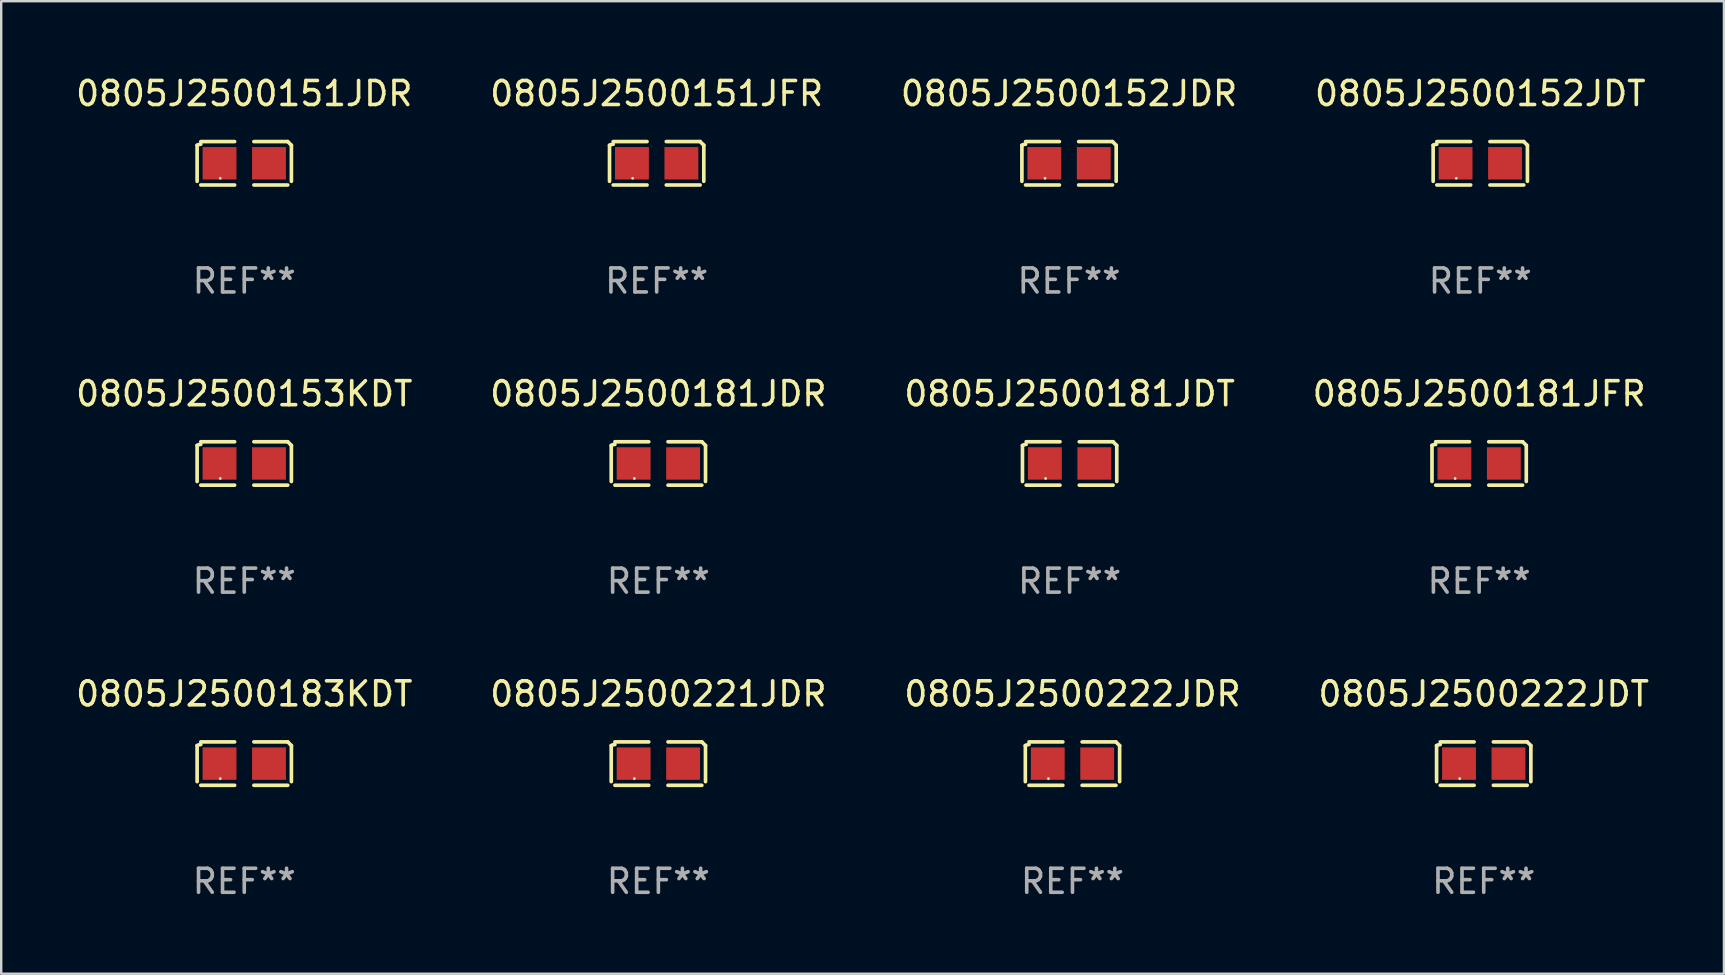
<source format=kicad_pcb>
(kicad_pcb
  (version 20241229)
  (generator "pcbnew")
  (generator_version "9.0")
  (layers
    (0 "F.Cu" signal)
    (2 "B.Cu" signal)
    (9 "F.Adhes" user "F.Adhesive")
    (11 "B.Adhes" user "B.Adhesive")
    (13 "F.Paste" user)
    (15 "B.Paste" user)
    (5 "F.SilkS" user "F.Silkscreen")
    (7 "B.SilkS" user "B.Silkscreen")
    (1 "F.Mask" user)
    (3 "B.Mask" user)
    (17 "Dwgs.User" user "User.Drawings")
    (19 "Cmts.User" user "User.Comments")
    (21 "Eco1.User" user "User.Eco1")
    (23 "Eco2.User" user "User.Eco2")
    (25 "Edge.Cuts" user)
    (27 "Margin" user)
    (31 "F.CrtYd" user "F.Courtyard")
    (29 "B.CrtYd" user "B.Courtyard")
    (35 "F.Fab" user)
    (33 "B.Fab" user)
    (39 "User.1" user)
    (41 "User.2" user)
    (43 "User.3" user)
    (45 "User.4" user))
  (footprint "0805J2500151JFR"
    (layer "F.Cu")
    (at 24.304 3.752)
    (property "Reference" "0805J2500151JFR" (at 0 -2.904 0) (layer "F.SilkS") (effects (font (size 1 1) (thickness 0.15))))
    (attr through_hole)
    (fp_line (start -1.964 0.751) (end -1.964 -0.751) (stroke (width 0.152) (type solid)) (layer "F.SilkS"))
    (fp_line (start -1.811 -0.904) (end -0.401 -0.904) (stroke (width 0.152) (type solid)) (layer "F.SilkS"))
    (fp_line (start -0.401 0.904) (end -1.811 0.904) (stroke (width 0.152) (type solid)) (layer "F.SilkS"))
    (fp_line (start 0.401 0.904) (end 1.811 0.904) (stroke (width 0.152) (type solid)) (layer "F.SilkS"))
    (fp_line (start 1.811 -0.904) (end 0.401 -0.904) (stroke (width 0.152) (type solid)) (layer "F.SilkS"))
    (fp_line (start 1.964 0.751) (end 1.964 -0.751) (stroke (width 0.152) (type solid)) (layer "F.SilkS"))
    (fp_arc (start -1.963602 -0.751207) (mid -1.890354 -0.783131) (end -1.811201 -0.794044) (stroke (width 0.1524) (type solid)) (layer "F.SilkS"))
    (fp_arc (start 1.811202 -0.903607) (mid 1.887413 -0.827418) (end 1.963602 -0.751207) (stroke (width 0.1524) (type solid)) (layer "F.SilkS"))
    (fp_circle (center -1 0.625) (end -0.97 0.625) (stroke (width 0.06) (type solid)) (fill no) (layer "F.SilkS"))
    (fp_text user "REF**" (at 0 4.904 0) (layer "F.Fab") (effects (font (size 1 1) (thickness 0.15))))
    (pad "1" smd rect (at -1.03 0) (size 1.41 1.35) (layers "F.Cu" "F.Mask" "F.Paste"))
    (pad "2" smd rect (at 1.03 0) (size 1.41 1.35) (layers "F.Cu" "F.Mask" "F.Paste")))
  (footprint "0805J2500221JDR"
    (layer "F.Cu")
    (at 24.375 28.759)
    (property "Reference" "0805J2500221JDR" (at 0 -2.904 0) (layer "F.SilkS") (effects (font (size 1 1) (thickness 0.15))))
    (attr through_hole)
    (fp_line (start -1.964 0.751) (end -1.964 -0.751) (stroke (width 0.152) (type solid)) (layer "F.SilkS"))
    (fp_line (start -1.811 -0.904) (end -0.401 -0.904) (stroke (width 0.152) (type solid)) (layer "F.SilkS"))
    (fp_line (start -0.401 0.904) (end -1.811 0.904) (stroke (width 0.152) (type solid)) (layer "F.SilkS"))
    (fp_line (start 0.401 0.904) (end 1.811 0.904) (stroke (width 0.152) (type solid)) (layer "F.SilkS"))
    (fp_line (start 1.811 -0.904) (end 0.401 -0.904) (stroke (width 0.152) (type solid)) (layer "F.SilkS"))
    (fp_line (start 1.964 0.751) (end 1.964 -0.751) (stroke (width 0.152) (type solid)) (layer "F.SilkS"))
    (fp_arc (start -1.963602 -0.751207) (mid -1.890354 -0.783131) (end -1.811201 -0.794044) (stroke (width 0.1524) (type solid)) (layer "F.SilkS"))
    (fp_arc (start 1.811202 -0.903607) (mid 1.887413 -0.827418) (end 1.963602 -0.751207) (stroke (width 0.1524) (type solid)) (layer "F.SilkS"))
    (fp_circle (center -1 0.625) (end -0.97 0.625) (stroke (width 0.06) (type solid)) (fill no) (layer "F.SilkS"))
    (fp_text user "REF**" (at 0 4.904 0) (layer "F.Fab") (effects (font (size 1 1) (thickness 0.15))))
    (pad "1" smd rect (at -1.03 0) (size 1.41 1.35) (layers "F.Cu" "F.Mask" "F.Paste"))
    (pad "2" smd rect (at 1.03 0) (size 1.41 1.35) (layers "F.Cu" "F.Mask" "F.Paste")))
  (footprint "0805J2500181JFR"
    (layer "F.Cu")
    (at 58.565 16.256)
    (property "Reference" "0805J2500181JFR" (at 0 -2.904 0) (layer "F.SilkS") (effects (font (size 1 1) (thickness 0.15))))
    (attr through_hole)
    (fp_line (start -1.964 0.751) (end -1.964 -0.751) (stroke (width 0.152) (type solid)) (layer "F.SilkS"))
    (fp_line (start -1.811 -0.904) (end -0.401 -0.904) (stroke (width 0.152) (type solid)) (layer "F.SilkS"))
    (fp_line (start -0.401 0.904) (end -1.811 0.904) (stroke (width 0.152) (type solid)) (layer "F.SilkS"))
    (fp_line (start 0.401 0.904) (end 1.811 0.904) (stroke (width 0.152) (type solid)) (layer "F.SilkS"))
    (fp_line (start 1.811 -0.904) (end 0.401 -0.904) (stroke (width 0.152) (type solid)) (layer "F.SilkS"))
    (fp_line (start 1.964 0.751) (end 1.964 -0.751) (stroke (width 0.152) (type solid)) (layer "F.SilkS"))
    (fp_arc (start -1.963602 -0.751207) (mid -1.890354 -0.783131) (end -1.811201 -0.794044) (stroke (width 0.1524) (type solid)) (layer "F.SilkS"))
    (fp_arc (start 1.811202 -0.903607) (mid 1.887413 -0.827418) (end 1.963602 -0.751207) (stroke (width 0.1524) (type solid)) (layer "F.SilkS"))
    (fp_circle (center -1 0.625) (end -0.97 0.625) (stroke (width 0.06) (type solid)) (fill no) (layer "F.SilkS"))
    (fp_text user "REF**" (at 0 4.904 0) (layer "F.Fab") (effects (font (size 1 1) (thickness 0.15))))
    (pad "1" smd rect (at -1.03 0) (size 1.41 1.35) (layers "F.Cu" "F.Mask" "F.Paste"))
    (pad "2" smd rect (at 1.03 0) (size 1.41 1.35) (layers "F.Cu" "F.Mask" "F.Paste")))
  (footprint "0805J2500222JDT"
    (layer "F.Cu")
    (at 58.756 28.759)
    (property "Reference" "0805J2500222JDT" (at 0 -2.904 0) (layer "F.SilkS") (effects (font (size 1 1) (thickness 0.15))))
    (attr through_hole)
    (fp_line (start -1.964 0.751) (end -1.964 -0.751) (stroke (width 0.152) (type solid)) (layer "F.SilkS"))
    (fp_line (start -1.811 -0.904) (end -0.401 -0.904) (stroke (width 0.152) (type solid)) (layer "F.SilkS"))
    (fp_line (start -0.401 0.904) (end -1.811 0.904) (stroke (width 0.152) (type solid)) (layer "F.SilkS"))
    (fp_line (start 0.401 0.904) (end 1.811 0.904) (stroke (width 0.152) (type solid)) (layer "F.SilkS"))
    (fp_line (start 1.811 -0.904) (end 0.401 -0.904) (stroke (width 0.152) (type solid)) (layer "F.SilkS"))
    (fp_line (start 1.964 0.751) (end 1.964 -0.751) (stroke (width 0.152) (type solid)) (layer "F.SilkS"))
    (fp_arc (start -1.963602 -0.751207) (mid -1.890354 -0.783131) (end -1.811201 -0.794044) (stroke (width 0.1524) (type solid)) (layer "F.SilkS"))
    (fp_arc (start 1.811202 -0.903607) (mid 1.887413 -0.827418) (end 1.963602 -0.751207) (stroke (width 0.1524) (type solid)) (layer "F.SilkS"))
    (fp_circle (center -1 0.625) (end -0.97 0.625) (stroke (width 0.06) (type solid)) (fill no) (layer "F.SilkS"))
    (fp_text user "REF**" (at 0 4.904 0) (layer "F.Fab") (effects (font (size 1 1) (thickness 0.15))))
    (pad "1" smd rect (at -1.03 0) (size 1.41 1.35) (layers "F.Cu" "F.Mask" "F.Paste"))
    (pad "2" smd rect (at 1.03 0) (size 1.41 1.35) (layers "F.Cu" "F.Mask" "F.Paste")))
  (footprint "0805J2500152JDT"
    (layer "F.Cu")
    (at 58.613 3.752)
    (property "Reference" "0805J2500152JDT" (at 0 -2.904 0) (layer "F.SilkS") (effects (font (size 1 1) (thickness 0.15))))
    (attr through_hole)
    (fp_line (start -1.964 0.751) (end -1.964 -0.751) (stroke (width 0.152) (type solid)) (layer "F.SilkS"))
    (fp_line (start -1.811 -0.904) (end -0.401 -0.904) (stroke (width 0.152) (type solid)) (layer "F.SilkS"))
    (fp_line (start -0.401 0.904) (end -1.811 0.904) (stroke (width 0.152) (type solid)) (layer "F.SilkS"))
    (fp_line (start 0.401 0.904) (end 1.811 0.904) (stroke (width 0.152) (type solid)) (layer "F.SilkS"))
    (fp_line (start 1.811 -0.904) (end 0.401 -0.904) (stroke (width 0.152) (type solid)) (layer "F.SilkS"))
    (fp_line (start 1.964 0.751) (end 1.964 -0.751) (stroke (width 0.152) (type solid)) (layer "F.SilkS"))
    (fp_arc (start -1.963602 -0.751207) (mid -1.890354 -0.783131) (end -1.811201 -0.794044) (stroke (width 0.1524) (type solid)) (layer "F.SilkS"))
    (fp_arc (start 1.811202 -0.903607) (mid 1.887413 -0.827418) (end 1.963602 -0.751207) (stroke (width 0.1524) (type solid)) (layer "F.SilkS"))
    (fp_circle (center -1 0.625) (end -0.97 0.625) (stroke (width 0.06) (type solid)) (fill no) (layer "F.SilkS"))
    (fp_text user "REF**" (at 0 4.904 0) (layer "F.Fab") (effects (font (size 1 1) (thickness 0.15))))
    (pad "1" smd rect (at -1.03 0) (size 1.41 1.35) (layers "F.Cu" "F.Mask" "F.Paste"))
    (pad "2" smd rect (at 1.03 0) (size 1.41 1.35) (layers "F.Cu" "F.Mask" "F.Paste")))
  (footprint "0805J2500151JDR"
    (layer "F.Cu")
    (at 7.125 3.752)
    (property "Reference" "0805J2500151JDR" (at 0 -2.904 0) (layer "F.SilkS") (effects (font (size 1 1) (thickness 0.15))))
    (attr through_hole)
    (fp_line (start -1.964 0.751) (end -1.964 -0.751) (stroke (width 0.152) (type solid)) (layer "F.SilkS"))
    (fp_line (start -1.811 -0.904) (end -0.401 -0.904) (stroke (width 0.152) (type solid)) (layer "F.SilkS"))
    (fp_line (start -0.401 0.904) (end -1.811 0.904) (stroke (width 0.152) (type solid)) (layer "F.SilkS"))
    (fp_line (start 0.401 0.904) (end 1.811 0.904) (stroke (width 0.152) (type solid)) (layer "F.SilkS"))
    (fp_line (start 1.811 -0.904) (end 0.401 -0.904) (stroke (width 0.152) (type solid)) (layer "F.SilkS"))
    (fp_line (start 1.964 0.751) (end 1.964 -0.751) (stroke (width 0.152) (type solid)) (layer "F.SilkS"))
    (fp_arc (start -1.963602 -0.751207) (mid -1.890354 -0.783131) (end -1.811201 -0.794044) (stroke (width 0.1524) (type solid)) (layer "F.SilkS"))
    (fp_arc (start 1.811202 -0.903607) (mid 1.887413 -0.827418) (end 1.963602 -0.751207) (stroke (width 0.1524) (type solid)) (layer "F.SilkS"))
    (fp_circle (center -1 0.625) (end -0.97 0.625) (stroke (width 0.06) (type solid)) (fill no) (layer "F.SilkS"))
    (fp_text user "REF**" (at 0 4.904 0) (layer "F.Fab") (effects (font (size 1 1) (thickness 0.15))))
    (pad "1" smd rect (at -1.03 0) (size 1.41 1.35) (layers "F.Cu" "F.Mask" "F.Paste"))
    (pad "2" smd rect (at 1.03 0) (size 1.41 1.35) (layers "F.Cu" "F.Mask" "F.Paste")))
  (footprint "0805J2500183KDT"
    (layer "F.Cu")
    (at 7.125 28.759)
    (property "Reference" "0805J2500183KDT" (at 0 -2.904 0) (layer "F.SilkS") (effects (font (size 1 1) (thickness 0.15))))
    (attr through_hole)
    (fp_line (start -1.964 0.751) (end -1.964 -0.751) (stroke (width 0.152) (type solid)) (layer "F.SilkS"))
    (fp_line (start -1.811 -0.904) (end -0.401 -0.904) (stroke (width 0.152) (type solid)) (layer "F.SilkS"))
    (fp_line (start -0.401 0.904) (end -1.811 0.904) (stroke (width 0.152) (type solid)) (layer "F.SilkS"))
    (fp_line (start 0.401 0.904) (end 1.811 0.904) (stroke (width 0.152) (type solid)) (layer "F.SilkS"))
    (fp_line (start 1.811 -0.904) (end 0.401 -0.904) (stroke (width 0.152) (type solid)) (layer "F.SilkS"))
    (fp_line (start 1.964 0.751) (end 1.964 -0.751) (stroke (width 0.152) (type solid)) (layer "F.SilkS"))
    (fp_arc (start -1.963602 -0.751207) (mid -1.890354 -0.783131) (end -1.811201 -0.794044) (stroke (width 0.1524) (type solid)) (layer "F.SilkS"))
    (fp_arc (start 1.811202 -0.903607) (mid 1.887413 -0.827418) (end 1.963602 -0.751207) (stroke (width 0.1524) (type solid)) (layer "F.SilkS"))
    (fp_circle (center -1 0.625) (end -0.97 0.625) (stroke (width 0.06) (type solid)) (fill no) (layer "F.SilkS"))
    (fp_text user "REF**" (at 0 4.904 0) (layer "F.Fab") (effects (font (size 1 1) (thickness 0.15))))
    (pad "1" smd rect (at -1.03 0) (size 1.41 1.35) (layers "F.Cu" "F.Mask" "F.Paste"))
    (pad "2" smd rect (at 1.03 0) (size 1.41 1.35) (layers "F.Cu" "F.Mask" "F.Paste")))
  (footprint "0805J2500181JDR"
    (layer "F.Cu")
    (at 24.375 16.256)
    (property "Reference" "0805J2500181JDR" (at 0 -2.904 0) (layer "F.SilkS") (effects (font (size 1 1) (thickness 0.15))))
    (attr through_hole)
    (fp_line (start -1.964 0.751) (end -1.964 -0.751) (stroke (width 0.152) (type solid)) (layer "F.SilkS"))
    (fp_line (start -1.811 -0.904) (end -0.401 -0.904) (stroke (width 0.152) (type solid)) (layer "F.SilkS"))
    (fp_line (start -0.401 0.904) (end -1.811 0.904) (stroke (width 0.152) (type solid)) (layer "F.SilkS"))
    (fp_line (start 0.401 0.904) (end 1.811 0.904) (stroke (width 0.152) (type solid)) (layer "F.SilkS"))
    (fp_line (start 1.811 -0.904) (end 0.401 -0.904) (stroke (width 0.152) (type solid)) (layer "F.SilkS"))
    (fp_line (start 1.964 0.751) (end 1.964 -0.751) (stroke (width 0.152) (type solid)) (layer "F.SilkS"))
    (fp_arc (start -1.963602 -0.751207) (mid -1.890354 -0.783131) (end -1.811201 -0.794044) (stroke (width 0.1524) (type solid)) (layer "F.SilkS"))
    (fp_arc (start 1.811202 -0.903607) (mid 1.887413 -0.827418) (end 1.963602 -0.751207) (stroke (width 0.1524) (type solid)) (layer "F.SilkS"))
    (fp_circle (center -1 0.625) (end -0.97 0.625) (stroke (width 0.06) (type solid)) (fill no) (layer "F.SilkS"))
    (fp_text user "REF**" (at 0 4.904 0) (layer "F.Fab") (effects (font (size 1 1) (thickness 0.15))))
    (pad "1" smd rect (at -1.03 0) (size 1.41 1.35) (layers "F.Cu" "F.Mask" "F.Paste"))
    (pad "2" smd rect (at 1.03 0) (size 1.41 1.35) (layers "F.Cu" "F.Mask" "F.Paste")))
  (footprint "0805J2500222JDR"
    (layer "F.Cu")
    (at 41.625 28.759)
    (property "Reference" "0805J2500222JDR" (at 0 -2.904 0) (layer "F.SilkS") (effects (font (size 1 1) (thickness 0.15))))
    (attr through_hole)
    (fp_line (start -1.964 0.751) (end -1.964 -0.751) (stroke (width 0.152) (type solid)) (layer "F.SilkS"))
    (fp_line (start -1.811 -0.904) (end -0.401 -0.904) (stroke (width 0.152) (type solid)) (layer "F.SilkS"))
    (fp_line (start -0.401 0.904) (end -1.811 0.904) (stroke (width 0.152) (type solid)) (layer "F.SilkS"))
    (fp_line (start 0.401 0.904) (end 1.811 0.904) (stroke (width 0.152) (type solid)) (layer "F.SilkS"))
    (fp_line (start 1.811 -0.904) (end 0.401 -0.904) (stroke (width 0.152) (type solid)) (layer "F.SilkS"))
    (fp_line (start 1.964 0.751) (end 1.964 -0.751) (stroke (width 0.152) (type solid)) (layer "F.SilkS"))
    (fp_arc (start -1.963602 -0.751207) (mid -1.890354 -0.783131) (end -1.811201 -0.794044) (stroke (width 0.1524) (type solid)) (layer "F.SilkS"))
    (fp_arc (start 1.811202 -0.903607) (mid 1.887413 -0.827418) (end 1.963602 -0.751207) (stroke (width 0.1524) (type solid)) (layer "F.SilkS"))
    (fp_circle (center -1 0.625) (end -0.97 0.625) (stroke (width 0.06) (type solid)) (fill no) (layer "F.SilkS"))
    (fp_text user "REF**" (at 0 4.904 0) (layer "F.Fab") (effects (font (size 1 1) (thickness 0.15))))
    (pad "1" smd rect (at -1.03 0) (size 1.41 1.35) (layers "F.Cu" "F.Mask" "F.Paste"))
    (pad "2" smd rect (at 1.03 0) (size 1.41 1.35) (layers "F.Cu" "F.Mask" "F.Paste")))
  (footprint "0805J2500181JDT"
    (layer "F.Cu")
    (at 41.506 16.256)
    (property "Reference" "0805J2500181JDT" (at 0 -2.904 0) (layer "F.SilkS") (effects (font (size 1 1) (thickness 0.15))))
    (attr through_hole)
    (fp_line (start -1.964 0.751) (end -1.964 -0.751) (stroke (width 0.152) (type solid)) (layer "F.SilkS"))
    (fp_line (start -1.811 -0.904) (end -0.401 -0.904) (stroke (width 0.152) (type solid)) (layer "F.SilkS"))
    (fp_line (start -0.401 0.904) (end -1.811 0.904) (stroke (width 0.152) (type solid)) (layer "F.SilkS"))
    (fp_line (start 0.401 0.904) (end 1.811 0.904) (stroke (width 0.152) (type solid)) (layer "F.SilkS"))
    (fp_line (start 1.811 -0.904) (end 0.401 -0.904) (stroke (width 0.152) (type solid)) (layer "F.SilkS"))
    (fp_line (start 1.964 0.751) (end 1.964 -0.751) (stroke (width 0.152) (type solid)) (layer "F.SilkS"))
    (fp_arc (start -1.963602 -0.751207) (mid -1.890354 -0.783131) (end -1.811201 -0.794044) (stroke (width 0.1524) (type solid)) (layer "F.SilkS"))
    (fp_arc (start 1.811202 -0.903607) (mid 1.887413 -0.827418) (end 1.963602 -0.751207) (stroke (width 0.1524) (type solid)) (layer "F.SilkS"))
    (fp_circle (center -1 0.625) (end -0.97 0.625) (stroke (width 0.06) (type solid)) (fill no) (layer "F.SilkS"))
    (fp_text user "REF**" (at 0 4.904 0) (layer "F.Fab") (effects (font (size 1 1) (thickness 0.15))))
    (pad "1" smd rect (at -1.03 0) (size 1.41 1.35) (layers "F.Cu" "F.Mask" "F.Paste"))
    (pad "2" smd rect (at 1.03 0) (size 1.41 1.35) (layers "F.Cu" "F.Mask" "F.Paste")))
  (footprint "0805J2500153KDT"
    (layer "F.Cu")
    (at 7.125 16.256)
    (property "Reference" "0805J2500153KDT" (at 0 -2.904 0) (layer "F.SilkS") (effects (font (size 1 1) (thickness 0.15))))
    (attr through_hole)
    (fp_line (start -1.964 0.751) (end -1.964 -0.751) (stroke (width 0.152) (type solid)) (layer "F.SilkS"))
    (fp_line (start -1.811 -0.904) (end -0.401 -0.904) (stroke (width 0.152) (type solid)) (layer "F.SilkS"))
    (fp_line (start -0.401 0.904) (end -1.811 0.904) (stroke (width 0.152) (type solid)) (layer "F.SilkS"))
    (fp_line (start 0.401 0.904) (end 1.811 0.904) (stroke (width 0.152) (type solid)) (layer "F.SilkS"))
    (fp_line (start 1.811 -0.904) (end 0.401 -0.904) (stroke (width 0.152) (type solid)) (layer "F.SilkS"))
    (fp_line (start 1.964 0.751) (end 1.964 -0.751) (stroke (width 0.152) (type solid)) (layer "F.SilkS"))
    (fp_arc (start -1.963602 -0.751207) (mid -1.890354 -0.783131) (end -1.811201 -0.794044) (stroke (width 0.1524) (type solid)) (layer "F.SilkS"))
    (fp_arc (start 1.811202 -0.903607) (mid 1.887413 -0.827418) (end 1.963602 -0.751207) (stroke (width 0.1524) (type solid)) (layer "F.SilkS"))
    (fp_circle (center -1 0.625) (end -0.97 0.625) (stroke (width 0.06) (type solid)) (fill no) (layer "F.SilkS"))
    (fp_text user "REF**" (at 0 4.904 0) (layer "F.Fab") (effects (font (size 1 1) (thickness 0.15))))
    (pad "1" smd rect (at -1.03 0) (size 1.41 1.35) (layers "F.Cu" "F.Mask" "F.Paste"))
    (pad "2" smd rect (at 1.03 0) (size 1.41 1.35) (layers "F.Cu" "F.Mask" "F.Paste")))
  (footprint "0805J2500152JDR"
    (layer "F.Cu")
    (at 41.482 3.752)
    (property "Reference" "0805J2500152JDR" (at 0 -2.904 0) (layer "F.SilkS") (effects (font (size 1 1) (thickness 0.15))))
    (attr through_hole)
    (fp_line (start -1.964 0.751) (end -1.964 -0.751) (stroke (width 0.152) (type solid)) (layer "F.SilkS"))
    (fp_line (start -1.811 -0.904) (end -0.401 -0.904) (stroke (width 0.152) (type solid)) (layer "F.SilkS"))
    (fp_line (start -0.401 0.904) (end -1.811 0.904) (stroke (width 0.152) (type solid)) (layer "F.SilkS"))
    (fp_line (start 0.401 0.904) (end 1.811 0.904) (stroke (width 0.152) (type solid)) (layer "F.SilkS"))
    (fp_line (start 1.811 -0.904) (end 0.401 -0.904) (stroke (width 0.152) (type solid)) (layer "F.SilkS"))
    (fp_line (start 1.964 0.751) (end 1.964 -0.751) (stroke (width 0.152) (type solid)) (layer "F.SilkS"))
    (fp_arc (start -1.963602 -0.751207) (mid -1.890354 -0.783131) (end -1.811201 -0.794044) (stroke (width 0.1524) (type solid)) (layer "F.SilkS"))
    (fp_arc (start 1.811202 -0.903607) (mid 1.887413 -0.827418) (end 1.963602 -0.751207) (stroke (width 0.1524) (type solid)) (layer "F.SilkS"))
    (fp_circle (center -1 0.625) (end -0.97 0.625) (stroke (width 0.06) (type solid)) (fill no) (layer "F.SilkS"))
    (fp_text user "REF**" (at 0 4.904 0) (layer "F.Fab") (effects (font (size 1 1) (thickness 0.15))))
    (pad "1" smd rect (at -1.03 0) (size 1.41 1.35) (layers "F.Cu" "F.Mask" "F.Paste"))
    (pad "2" smd rect (at 1.03 0) (size 1.41 1.35) (layers "F.Cu" "F.Mask" "F.Paste")))
  (gr_rect
    (start -3 -3)
    (end 68.762 37.511)
    (stroke (width 0.1) (type default))
    (fill no)
    (layer "Edge.Cuts")))
</source>
